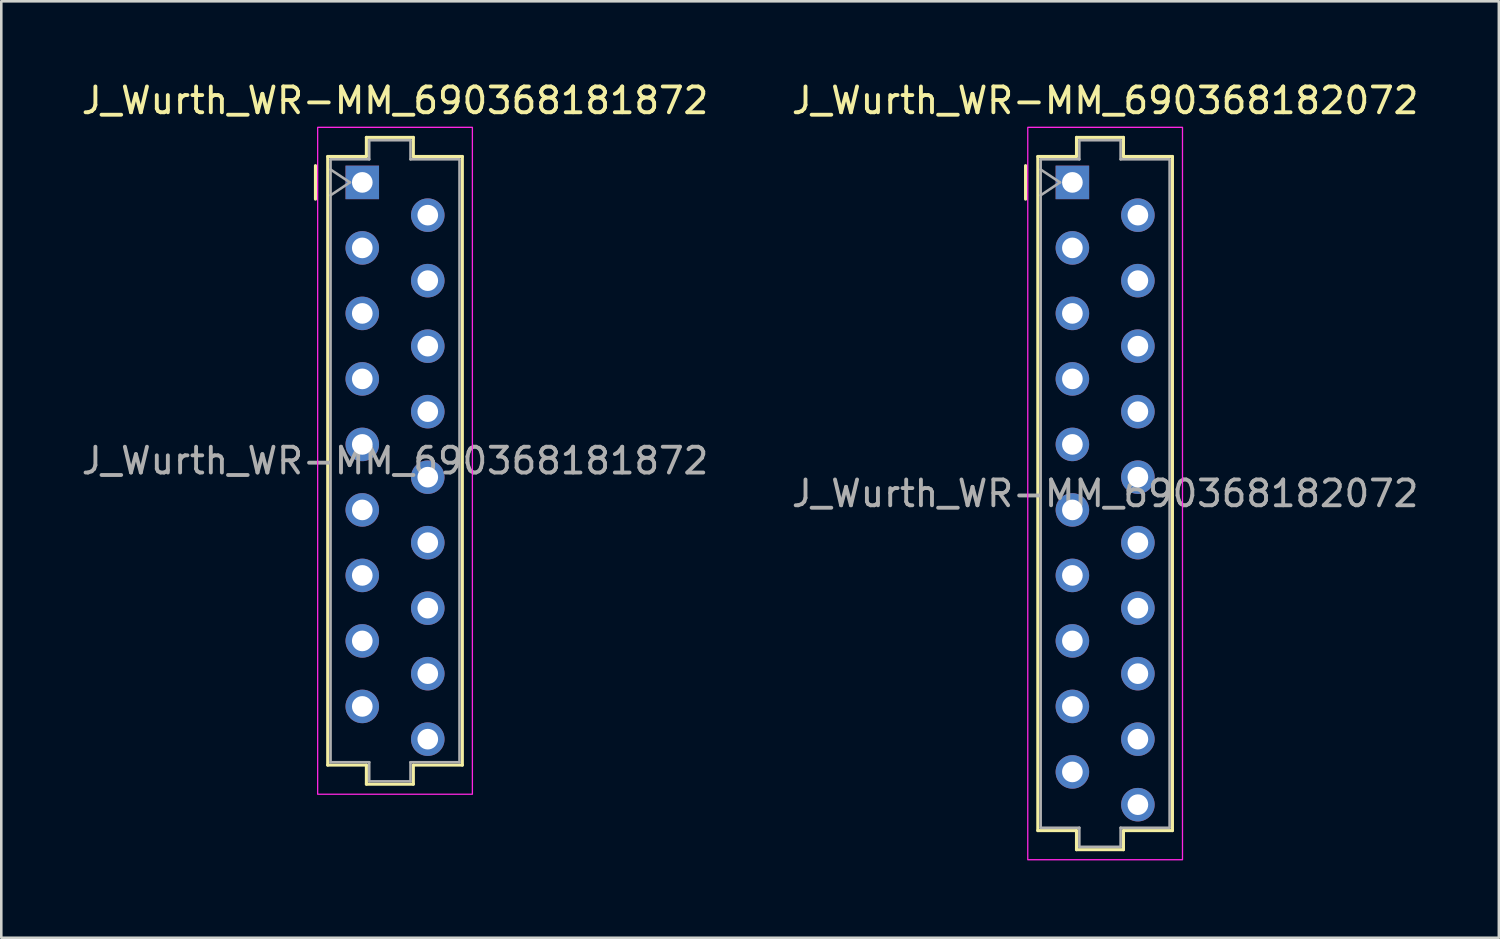
<source format=kicad_pcb>
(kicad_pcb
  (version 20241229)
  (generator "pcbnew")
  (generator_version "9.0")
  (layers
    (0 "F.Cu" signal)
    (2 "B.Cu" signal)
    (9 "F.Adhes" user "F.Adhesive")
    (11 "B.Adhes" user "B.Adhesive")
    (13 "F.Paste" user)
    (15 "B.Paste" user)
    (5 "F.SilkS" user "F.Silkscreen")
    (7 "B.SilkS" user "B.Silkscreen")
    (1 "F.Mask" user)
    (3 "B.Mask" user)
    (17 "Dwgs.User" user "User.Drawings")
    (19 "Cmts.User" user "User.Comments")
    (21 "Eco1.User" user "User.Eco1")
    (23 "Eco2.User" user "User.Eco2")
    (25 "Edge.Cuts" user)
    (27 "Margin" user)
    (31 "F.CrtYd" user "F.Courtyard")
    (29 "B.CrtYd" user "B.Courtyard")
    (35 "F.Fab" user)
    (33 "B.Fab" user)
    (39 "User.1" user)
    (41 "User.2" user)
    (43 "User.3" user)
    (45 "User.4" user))
  (footprint "J_Wurth_WR-MM_690368182072"
    (layer "F.Cu")
    (at 38.534 4.023)
    (property "Reference" "J_Wurth_WR-MM_690368182072" (at 1.27 -3.175 0) (unlocked yes) (layer "F.SilkS") (effects (font (size 1 1) (thickness 0.15))))
    (attr through_hole)
    (fp_line (start -1.815 0.65) (end -1.815 -0.65) (stroke (width 0.12) (type solid)) (layer "F.SilkS"))
    (fp_line (start -1.34 25.135) (end -1.34 -1.005) (stroke (width 0.12) (type solid)) (layer "F.SilkS"))
    (fp_line (start 0.16 -1.005) (end -1.34 -1.005) (stroke (width 0.12) (type solid)) (layer "F.SilkS"))
    (fp_line (start 0.16 -1.005) (end 0.16 -1.745) (stroke (width 0.12) (type solid)) (layer "F.SilkS"))
    (fp_line (start 0.16 25.135) (end -1.34 25.135) (stroke (width 0.12) (type solid)) (layer "F.SilkS"))
    (fp_line (start 0.16 25.135) (end 0.16 25.875) (stroke (width 0.12) (type solid)) (layer "F.SilkS"))
    (fp_line (start 1.98 -1.745) (end 0.16 -1.745) (stroke (width 0.12) (type solid)) (layer "F.SilkS"))
    (fp_line (start 1.98 -1.005) (end 1.98 -1.745) (stroke (width 0.12) (type solid)) (layer "F.SilkS"))
    (fp_line (start 1.98 25.135) (end 1.98 25.875) (stroke (width 0.12) (type solid)) (layer "F.SilkS"))
    (fp_line (start 1.98 25.875) (end 0.16 25.875) (stroke (width 0.12) (type solid)) (layer "F.SilkS"))
    (fp_line (start 3.88 -1.005) (end 1.98 -1.005) (stroke (width 0.12) (type solid)) (layer "F.SilkS"))
    (fp_line (start 3.88 25.135) (end 1.98 25.135) (stroke (width 0.12) (type solid)) (layer "F.SilkS"))
    (fp_line (start 3.88 25.135) (end 3.88 -1.005) (stroke (width 0.12) (type solid)) (layer "F.SilkS"))
    (fp_rect (start -1.73 -2.135) (end 4.27 26.265) (stroke (width 0.05) (type solid)) (fill no) (layer "F.CrtYd"))
    (fp_line (start -1.23 25.025) (end -1.23 -0.895) (stroke (width 0.1) (type solid)) (layer "F.Fab"))
    (fp_line (start -0.48 0) (end -1.23 -0.5) (stroke (width 0.1) (type solid)) (layer "F.Fab"))
    (fp_line (start -0.48 0) (end -1.23 0.5) (stroke (width 0.1) (type solid)) (layer "F.Fab"))
    (fp_line (start 0.27 -1.635) (end 1.87 -1.635) (stroke (width 0.1) (type solid)) (layer "F.Fab"))
    (fp_line (start 0.27 -0.895) (end -1.23 -0.895) (stroke (width 0.1) (type solid)) (layer "F.Fab"))
    (fp_line (start 0.27 -0.895) (end 0.27 -1.635) (stroke (width 0.1) (type solid)) (layer "F.Fab"))
    (fp_line (start 0.27 25.025) (end -1.23 25.025) (stroke (width 0.1) (type solid)) (layer "F.Fab"))
    (fp_line (start 0.27 25.025) (end 0.27 25.765) (stroke (width 0.1) (type solid)) (layer "F.Fab"))
    (fp_line (start 0.27 25.765) (end 1.87 25.765) (stroke (width 0.1) (type solid)) (layer "F.Fab"))
    (fp_line (start 1.87 -0.895) (end 1.87 -1.635) (stroke (width 0.1) (type solid)) (layer "F.Fab"))
    (fp_line (start 1.87 -0.895) (end 3.77 -0.895) (stroke (width 0.1) (type solid)) (layer "F.Fab"))
    (fp_line (start 1.87 25.025) (end 1.87 25.765) (stroke (width 0.1) (type solid)) (layer "F.Fab"))
    (fp_line (start 1.87 25.025) (end 3.77 25.025) (stroke (width 0.1) (type solid)) (layer "F.Fab"))
    (fp_line (start 3.77 25.025) (end 3.77 -0.895) (stroke (width 0.1) (type solid)) (layer "F.Fab"))
    (fp_text user "${REFERENCE}" (at 1.27 12.065 0) (unlocked yes) (layer "F.Fab") (effects (font (size 1 1) (thickness 0.15))))
    (pad "1" thru_hole rect (at 0 0 90) (size 1.3 1.3) (drill 0.8) (layers "*.Cu" "*.Mask"))
    (pad "2" thru_hole circle (at 2.54 1.27 90) (size 1.3 1.3) (drill 0.8) (layers "*.Cu" "*.Mask"))
    (pad "3" thru_hole circle (at 0 2.54 90) (size 1.3 1.3) (drill 0.8) (layers "*.Cu" "*.Mask"))
    (pad "4" thru_hole circle (at 2.54 3.81 90) (size 1.3 1.3) (drill 0.8) (layers "*.Cu" "*.Mask"))
    (pad "5" thru_hole circle (at 0 5.08 90) (size 1.3 1.3) (drill 0.8) (layers "*.Cu" "*.Mask"))
    (pad "6" thru_hole circle (at 2.54 6.35 90) (size 1.3 1.3) (drill 0.8) (layers "*.Cu" "*.Mask"))
    (pad "7" thru_hole circle (at 0 7.62 90) (size 1.3 1.3) (drill 0.8) (layers "*.Cu" "*.Mask"))
    (pad "8" thru_hole circle (at 2.54 8.89 90) (size 1.3 1.3) (drill 0.8) (layers "*.Cu" "*.Mask"))
    (pad "9" thru_hole circle (at 0 10.16 90) (size 1.3 1.3) (drill 0.8) (layers "*.Cu" "*.Mask"))
    (pad "10" thru_hole circle (at 2.54 11.43 90) (size 1.3 1.3) (drill 0.8) (layers "*.Cu" "*.Mask"))
    (pad "11" thru_hole circle (at 0 12.7 90) (size 1.3 1.3) (drill 0.8) (layers "*.Cu" "*.Mask"))
    (pad "12" thru_hole circle (at 2.54 13.97 90) (size 1.3 1.3) (drill 0.8) (layers "*.Cu" "*.Mask"))
    (pad "13" thru_hole circle (at 0 15.24 90) (size 1.3 1.3) (drill 0.8) (layers "*.Cu" "*.Mask"))
    (pad "14" thru_hole circle (at 2.54 16.51 90) (size 1.3 1.3) (drill 0.8) (layers "*.Cu" "*.Mask"))
    (pad "15" thru_hole circle (at 0 17.78 90) (size 1.3 1.3) (drill 0.8) (layers "*.Cu" "*.Mask"))
    (pad "16" thru_hole circle (at 2.54 19.05 90) (size 1.3 1.3) (drill 0.8) (layers "*.Cu" "*.Mask"))
    (pad "17" thru_hole circle (at 0 20.32 90) (size 1.3 1.3) (drill 0.8) (layers "*.Cu" "*.Mask"))
    (pad "18" thru_hole circle (at 2.54 21.59 90) (size 1.3 1.3) (drill 0.8) (layers "*.Cu" "*.Mask"))
    (pad "19" thru_hole circle (at 0 22.86 90) (size 1.3 1.3) (drill 0.8) (layers "*.Cu" "*.Mask"))
    (pad "20" thru_hole circle (at 2.54 24.13 90) (size 1.3 1.3) (drill 0.8) (layers "*.Cu" "*.Mask")))
  (footprint "J_Wurth_WR-MM_690368181872"
    (layer "F.Cu")
    (at 10.998 4.023)
    (property "Reference" "J_Wurth_WR-MM_690368181872" (at 1.27 -3.175 0) (unlocked yes) (layer "F.SilkS") (effects (font (size 1 1) (thickness 0.15))))
    (attr through_hole)
    (fp_line (start -1.815 0.65) (end -1.815 -0.65) (stroke (width 0.12) (type solid)) (layer "F.SilkS"))
    (fp_line (start -1.34 22.595) (end -1.34 -1.005) (stroke (width 0.12) (type solid)) (layer "F.SilkS"))
    (fp_line (start 0.16 -1.005) (end -1.34 -1.005) (stroke (width 0.12) (type solid)) (layer "F.SilkS"))
    (fp_line (start 0.16 -1.005) (end 0.16 -1.745) (stroke (width 0.12) (type solid)) (layer "F.SilkS"))
    (fp_line (start 0.16 22.595) (end -1.34 22.595) (stroke (width 0.12) (type solid)) (layer "F.SilkS"))
    (fp_line (start 0.16 22.595) (end 0.16 23.335) (stroke (width 0.12) (type solid)) (layer "F.SilkS"))
    (fp_line (start 1.98 -1.745) (end 0.16 -1.745) (stroke (width 0.12) (type solid)) (layer "F.SilkS"))
    (fp_line (start 1.98 -1.005) (end 1.98 -1.745) (stroke (width 0.12) (type solid)) (layer "F.SilkS"))
    (fp_line (start 1.98 22.595) (end 1.98 23.335) (stroke (width 0.12) (type solid)) (layer "F.SilkS"))
    (fp_line (start 1.98 23.335) (end 0.16 23.335) (stroke (width 0.12) (type solid)) (layer "F.SilkS"))
    (fp_line (start 3.88 -1.005) (end 1.98 -1.005) (stroke (width 0.12) (type solid)) (layer "F.SilkS"))
    (fp_line (start 3.88 22.595) (end 1.98 22.595) (stroke (width 0.12) (type solid)) (layer "F.SilkS"))
    (fp_line (start 3.88 22.595) (end 3.88 -1.005) (stroke (width 0.12) (type solid)) (layer "F.SilkS"))
    (fp_rect (start -1.73 -2.135) (end 4.27 23.725) (stroke (width 0.05) (type solid)) (fill no) (layer "F.CrtYd"))
    (fp_line (start -1.23 22.485) (end -1.23 -0.895) (stroke (width 0.1) (type solid)) (layer "F.Fab"))
    (fp_line (start -0.48 0) (end -1.23 -0.5) (stroke (width 0.1) (type solid)) (layer "F.Fab"))
    (fp_line (start -0.48 0) (end -1.23 0.5) (stroke (width 0.1) (type solid)) (layer "F.Fab"))
    (fp_line (start 0.27 -1.635) (end 1.87 -1.635) (stroke (width 0.1) (type solid)) (layer "F.Fab"))
    (fp_line (start 0.27 -0.895) (end -1.23 -0.895) (stroke (width 0.1) (type solid)) (layer "F.Fab"))
    (fp_line (start 0.27 -0.895) (end 0.27 -1.635) (stroke (width 0.1) (type solid)) (layer "F.Fab"))
    (fp_line (start 0.27 22.485) (end -1.23 22.485) (stroke (width 0.1) (type solid)) (layer "F.Fab"))
    (fp_line (start 0.27 22.485) (end 0.27 23.225) (stroke (width 0.1) (type solid)) (layer "F.Fab"))
    (fp_line (start 0.27 23.225) (end 1.87 23.225) (stroke (width 0.1) (type solid)) (layer "F.Fab"))
    (fp_line (start 1.87 -0.895) (end 1.87 -1.635) (stroke (width 0.1) (type solid)) (layer "F.Fab"))
    (fp_line (start 1.87 -0.895) (end 3.77 -0.895) (stroke (width 0.1) (type solid)) (layer "F.Fab"))
    (fp_line (start 1.87 22.485) (end 1.87 23.225) (stroke (width 0.1) (type solid)) (layer "F.Fab"))
    (fp_line (start 1.87 22.485) (end 3.77 22.485) (stroke (width 0.1) (type solid)) (layer "F.Fab"))
    (fp_line (start 3.77 22.485) (end 3.77 -0.895) (stroke (width 0.1) (type solid)) (layer "F.Fab"))
    (fp_text user "${REFERENCE}" (at 1.27 10.795 0) (unlocked yes) (layer "F.Fab") (effects (font (size 1 1) (thickness 0.15))))
    (pad "1" thru_hole rect (at 0 0 90) (size 1.3 1.3) (drill 0.8) (layers "*.Cu" "*.Mask"))
    (pad "2" thru_hole circle (at 2.54 1.27 90) (size 1.3 1.3) (drill 0.8) (layers "*.Cu" "*.Mask"))
    (pad "3" thru_hole circle (at 0 2.54 90) (size 1.3 1.3) (drill 0.8) (layers "*.Cu" "*.Mask"))
    (pad "4" thru_hole circle (at 2.54 3.81 90) (size 1.3 1.3) (drill 0.8) (layers "*.Cu" "*.Mask"))
    (pad "5" thru_hole circle (at 0 5.08 90) (size 1.3 1.3) (drill 0.8) (layers "*.Cu" "*.Mask"))
    (pad "6" thru_hole circle (at 2.54 6.35 90) (size 1.3 1.3) (drill 0.8) (layers "*.Cu" "*.Mask"))
    (pad "7" thru_hole circle (at 0 7.62 90) (size 1.3 1.3) (drill 0.8) (layers "*.Cu" "*.Mask"))
    (pad "8" thru_hole circle (at 2.54 8.89 90) (size 1.3 1.3) (drill 0.8) (layers "*.Cu" "*.Mask"))
    (pad "9" thru_hole circle (at 0 10.16 90) (size 1.3 1.3) (drill 0.8) (layers "*.Cu" "*.Mask"))
    (pad "10" thru_hole circle (at 2.54 11.43 90) (size 1.3 1.3) (drill 0.8) (layers "*.Cu" "*.Mask"))
    (pad "11" thru_hole circle (at 0 12.7 90) (size 1.3 1.3) (drill 0.8) (layers "*.Cu" "*.Mask"))
    (pad "12" thru_hole circle (at 2.54 13.97 90) (size 1.3 1.3) (drill 0.8) (layers "*.Cu" "*.Mask"))
    (pad "13" thru_hole circle (at 0 15.24 90) (size 1.3 1.3) (drill 0.8) (layers "*.Cu" "*.Mask"))
    (pad "14" thru_hole circle (at 2.54 16.51 90) (size 1.3 1.3) (drill 0.8) (layers "*.Cu" "*.Mask"))
    (pad "15" thru_hole circle (at 0 17.78 90) (size 1.3 1.3) (drill 0.8) (layers "*.Cu" "*.Mask"))
    (pad "16" thru_hole circle (at 2.54 19.05 90) (size 1.3 1.3) (drill 0.8) (layers "*.Cu" "*.Mask"))
    (pad "17" thru_hole circle (at 0 20.32 90) (size 1.3 1.3) (drill 0.8) (layers "*.Cu" "*.Mask"))
    (pad "18" thru_hole circle (at 2.54 21.59 90) (size 1.3 1.3) (drill 0.8) (layers "*.Cu" "*.Mask")))
  (gr_rect
    (start -3 -3)
    (end 55.071 33.313)
    (stroke (width 0.1) (type default))
    (fill no)
    (layer "Edge.Cuts")))
</source>
